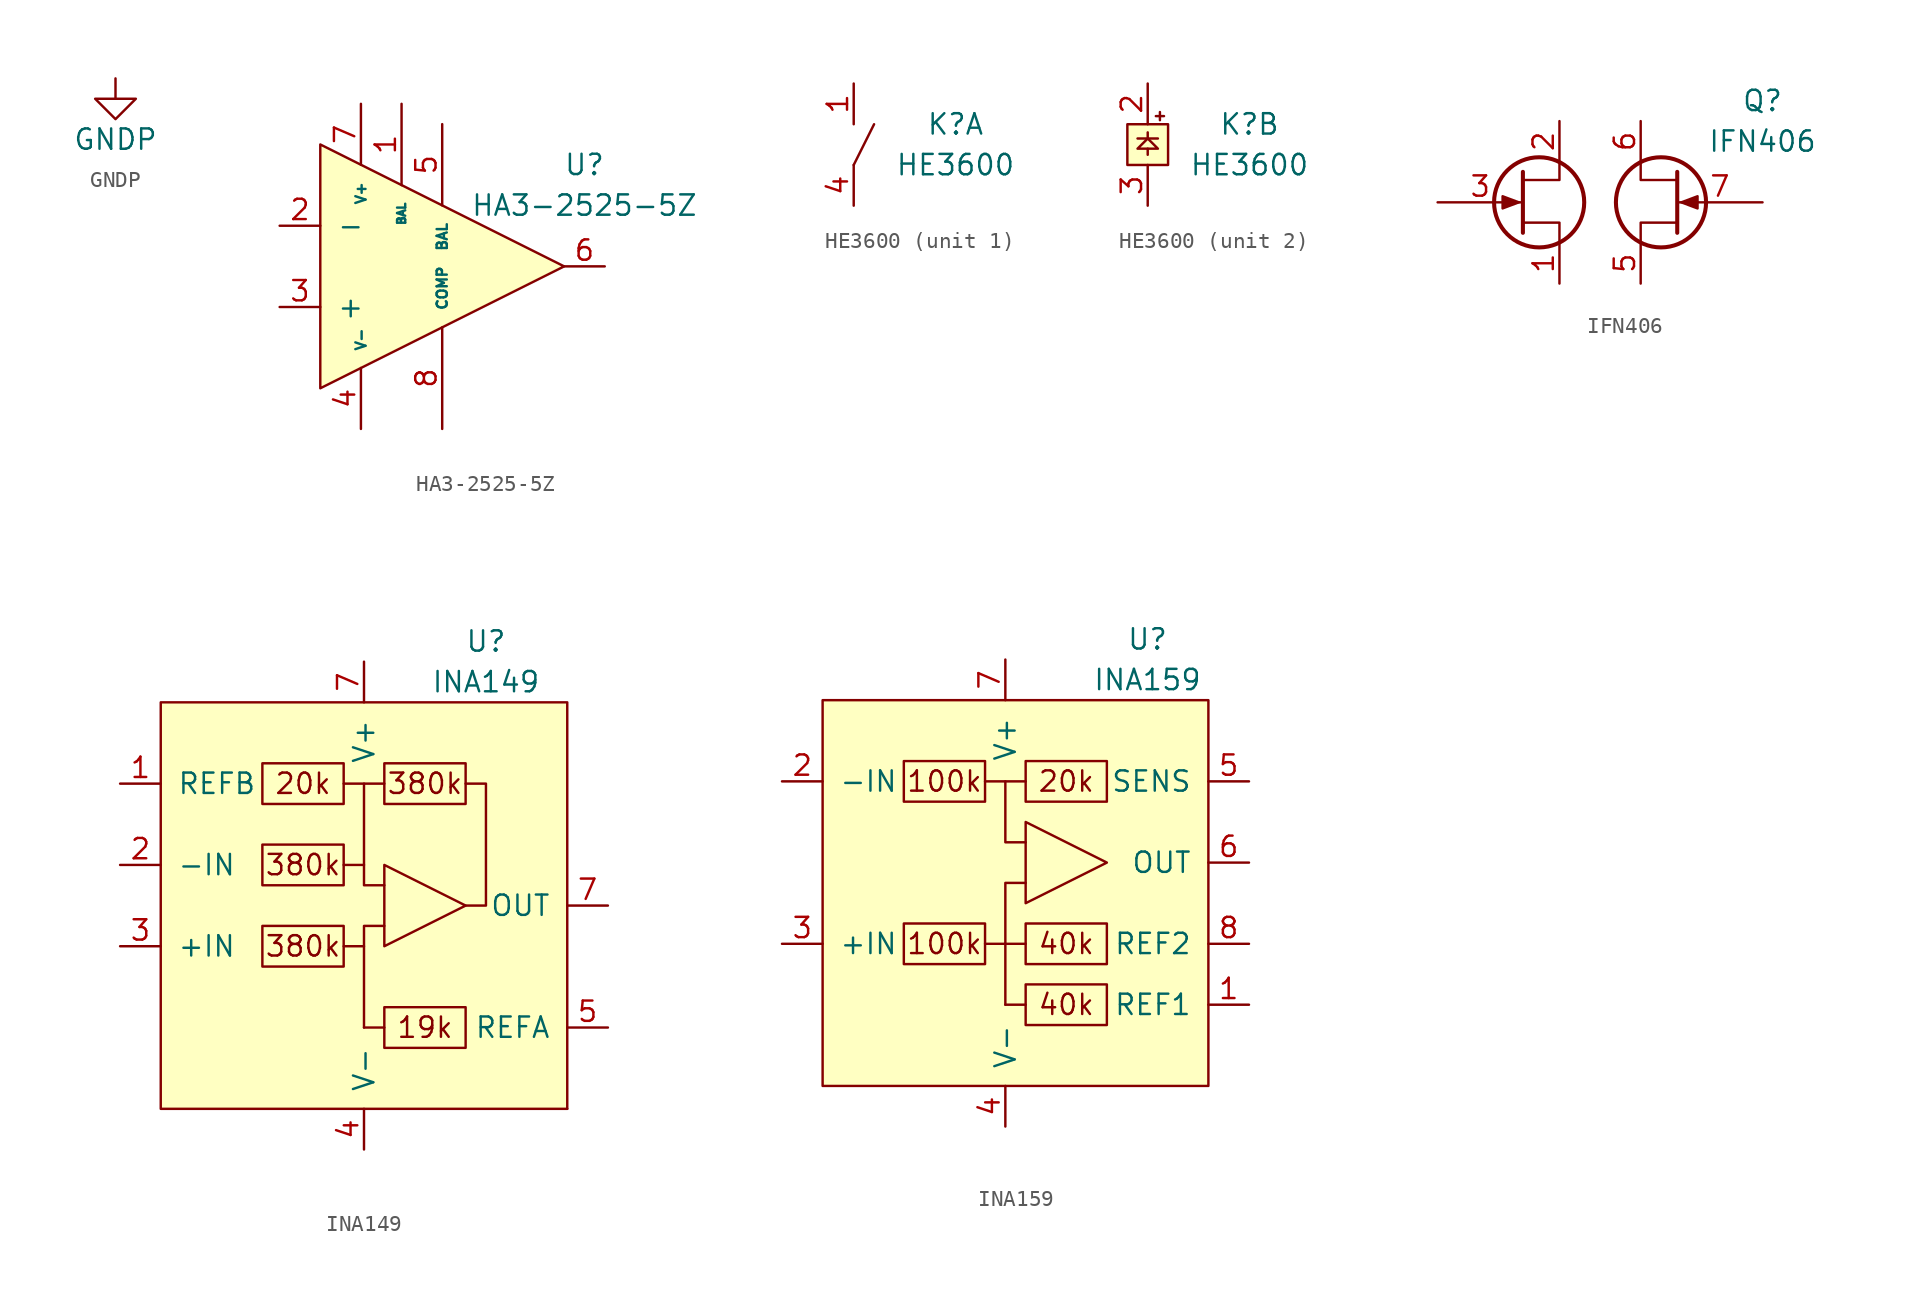
<source format=kicad_sym>
(kicad_symbol_lib
  (version 20211014)
  (generator kicad_symbol_editor)
  (symbol "GNDP"
    (power)
    (pin_names
      (offset 0))
    (property "Reference" "#PWR"
      (at 0 -6.35 0)
      (effects (font (size 1.27 1.27)) hide))
    (property "Value" "GNDP"
      (at 0 -3.81 0)
      (effects (font (size 1.27 1.27))))
    (symbol "GNDP_0_1"
      (polyline (pts (xy 0 0) (xy 0 -1.27) (xy 1.27 -1.27) (xy 0 -2.54) (xy -1.27 -1.27) (xy 0 -1.27)) (stroke (width 0) (type default) (color 0 0 0 0)) (fill (type none))))
    (symbol "GNDP_1_1"
      (pin power_in line (at 0 0 270) (length 0) hide (name "GNDP" (effects (font (size 1.27 1.27)))) (number "1" (effects (font (size 1.27 1.27)))))))
  (symbol "HA3-2525-5Z"
    (pin_names
      (offset 1.016))
    (property "Reference" "U"
      (at 11.43 6.35 0)
      (effects (font (size 1.27 1.27))))
    (property "Value" "HA3-2525-5Z"
      (at 11.43 3.81 0)
      (effects (font (size 1.27 1.27))))
    (symbol "HA3-2525-5Z_1_1"
      (polyline (pts (xy -5.08 7.62) (xy -5.08 -7.62) (xy 10.16 0) (xy -5.08 7.62)) (stroke (width 0) (type default) (color 0 0 0 0)) (fill (type background)))
      (pin input line (at 0 10.16 270) (length 5.08) (name "BAL" (effects (font (size 0.508 0.508)))) (number "1" (effects (font (size 1.27 1.27)))))
      (pin input line (at -7.62 2.54 0) (length 2.54) (name "-" (effects (font (size 1.27 1.27)))) (number "2" (effects (font (size 1.27 1.27)))))
      (pin input line (at -7.62 -2.54 0) (length 2.54) (name "+" (effects (font (size 1.27 1.27)))) (number "3" (effects (font (size 1.27 1.27)))))
      (pin passive line (at -2.54 -10.16 90) (length 3.81) (name "V-" (effects (font (size 0.635 0.635)))) (number "4" (effects (font (size 1.27 1.27)))))
      (pin input line (at 2.54 8.89 270) (length 5.08) (name "BAL" (effects (font (size 0.635 0.635)))) (number "5" (effects (font (size 1.27 1.27)))))
      (pin output line (at 12.7 0 180) (length 2.54) (name "~" (effects (font (size 1.27 1.27)))) (number "6" (effects (font (size 1.27 1.27)))))
      (pin passive line (at -2.54 10.16 270) (length 3.81) (name "V+" (effects (font (size 0.635 0.635)))) (number "7" (effects (font (size 1.27 1.27)))))
      (pin input line (at 2.54 -10.16 90) (length 6.35) (name "COMP" (effects (font (size 0.635 0.635)))) (number "8" (effects (font (size 1.27 1.27)))))))
  (symbol "HE3600"
    (pin_names
      (offset 1.016))
    (property "Reference" "K"
      (at 6.35 1.27 0)
      (effects (font (size 1.27 1.27))))
    (property "Value" "HE3600"
      (at 6.35 -1.27 0)
      (effects (font (size 1.27 1.27))))
    (symbol "HE3600_1_1"
      (polyline (pts (xy 0 -1.27) (xy 1.27 1.27)) (stroke (width 0) (type default) (color 0 0 0 0)) (fill (type none)))
      (pin passive line (at 0 3.81 270) (length 2.54) (name "~" (effects (font (size 1.27 1.27)))) (number "1" (effects (font (size 1.27 1.27)))))
      (pin passive line (at 0 -3.81 90) (length 2.54) (name "~" (effects (font (size 1.27 1.27)))) (number "4" (effects (font (size 1.27 1.27))))))
    (symbol "HE3600_2_1"
      (polyline (pts (xy 0 -0.254) (xy 0 -0.635)) (stroke (width 0) (type default) (color 0 0 0 0)) (fill (type none)))
      (polyline (pts (xy 0 0.381) (xy 0 0.762)) (stroke (width 0) (type default) (color 0 0 0 0)) (fill (type none)))
      (polyline (pts (xy 0.508 1.778) (xy 1.016 1.778)) (stroke (width 0) (type default) (color 0 0 0 0)) (fill (type none)))
      (polyline (pts (xy 0.635 0.381) (xy -0.635 0.381)) (stroke (width 0) (type default) (color 0 0 0 0)) (fill (type none)))
      (polyline (pts (xy 0.762 2.032) (xy 0.762 1.524)) (stroke (width 0) (type default) (color 0 0 0 0)) (fill (type none)))
      (polyline (pts (xy 0.635 -0.254) (xy -0.635 -0.254) (xy 0 0.381) (xy 0.635 -0.254)) (stroke (width 0) (type default) (color 0 0 0 0)) (fill (type none)))
      (rectangle (start 1.27 1.27) (end -1.27 -1.27) (stroke (width 0) (type default) (color 0 0 0 0)) (fill (type background)))
      (pin passive line (at 0 3.81 270) (length 2.54) (name "~" (effects (font (size 1.27 1.27)))) (number "2" (effects (font (size 1.27 1.27)))))
      (pin passive line (at 0 -3.81 90) (length 2.54) (name "~" (effects (font (size 1.27 1.27)))) (number "3" (effects (font (size 1.27 1.27)))))))
  (symbol "IFN406"
    (pin_names
      (offset 1.016))
    (property "Reference" "Q"
      (at 10.16 6.35 0)
      (effects (font (size 1.27 1.27))))
    (property "Value" "IFN406"
      (at 10.16 3.81 0)
      (effects (font (size 1.27 1.27))))
    (symbol "IFN406_1_1"
      (circle (center -3.81 0) (radius 2.819) (stroke (width 0.254) (type default) (color 0 0 0 0)) (fill (type none)))
      (polyline (pts (xy -4.826 1.905) (xy -4.826 -1.905) (xy -4.826 -1.905)) (stroke (width 0.254) (type default) (color 0 0 0 0)) (fill (type none)))
      (polyline (pts (xy -2.54 -2.54) (xy -2.54 -1.27) (xy -4.826 -1.27)) (stroke (width 0) (type default) (color 0 0 0 0)) (fill (type none)))
      (polyline (pts (xy -2.54 2.54) (xy -2.54 1.397) (xy -4.826 1.397)) (stroke (width 0) (type default) (color 0 0 0 0)) (fill (type none)))
      (polyline (pts (xy 2.54 -2.54) (xy 2.54 -1.27) (xy 4.826 -1.27)) (stroke (width 0) (type default) (color 0 0 0 0)) (fill (type none)))
      (polyline (pts (xy 2.54 2.54) (xy 2.54 1.397) (xy 4.826 1.397)) (stroke (width 0) (type default) (color 0 0 0 0)) (fill (type none)))
      (polyline (pts (xy 4.826 1.905) (xy 4.826 -1.905) (xy 4.826 -1.905)) (stroke (width 0.254) (type default) (color 0 0 0 0)) (fill (type none)))
      (polyline (pts (xy -5.08 0) (xy -6.096 0.381) (xy -6.096 -0.381) (xy -5.08 0)) (stroke (width 0) (type default) (color 0 0 0 0)) (fill (type outline)))
      (polyline (pts (xy 5.08 0) (xy 6.096 0.381) (xy 6.096 -0.381) (xy 5.08 0)) (stroke (width 0) (type default) (color 0 0 0 0)) (fill (type outline)))
      (circle (center 3.81 0) (radius 2.819) (stroke (width 0.254) (type default) (color 0 0 0 0)) (fill (type none)))
      (pin passive line (at -2.54 -5.08 90) (length 2.54) (name "~" (effects (font (size 1.27 1.27)))) (number "1" (effects (font (size 1.27 1.27)))))
      (pin passive line (at -2.54 5.08 270) (length 2.54) (name "~" (effects (font (size 1.27 1.27)))) (number "2" (effects (font (size 1.27 1.27)))))
      (pin input line (at -10.16 0 0) (length 5.334) (name "~" (effects (font (size 1.27 1.27)))) (number "3" (effects (font (size 1.27 1.27)))))
      (pin passive line (at 2.54 -5.08 90) (length 2.54) (name "~" (effects (font (size 1.27 1.27)))) (number "5" (effects (font (size 1.27 1.27)))))
      (pin passive line (at 2.54 5.08 270) (length 2.54) (name "~" (effects (font (size 1.27 1.27)))) (number "6" (effects (font (size 1.27 1.27)))))
      (pin input line (at 10.16 0 180) (length 5.334) (name "~" (effects (font (size 1.27 1.27)))) (number "7" (effects (font (size 1.27 1.27)))))))
  (symbol "INA149"
    (pin_names
      (offset 1.016))
    (property "Reference" "U"
      (at 7.62 16.51 0)
      (effects (font (size 1.27 1.27))))
    (property "Value" "INA149"
      (at 7.62 13.97 0)
      (effects (font (size 1.27 1.27))))
    (symbol "INA149_0_0"
      (polyline (pts (xy -1.27 7.62) (xy 0 7.62) (xy 0 2.54)) (stroke (width 0) (type default) (color 0 0 0 0)) (fill (type none)))
      (polyline (pts (xy 1.27 -1.27) (xy 0 -1.27) (xy 0 -2.54) (xy -1.27 -2.54)) (stroke (width 0) (type default) (color 0 0 0 0)) (fill (type none)))
      (polyline (pts (xy 1.27 1.27) (xy 0 1.27) (xy 0 2.54) (xy -1.27 2.54)) (stroke (width 0) (type default) (color 0 0 0 0)) (fill (type none)))
      (text "19k" (at 3.81 -7.62 0) (effects (font (size 1.27 1.27))))
      (text "380k" (at -3.81 -2.54 0) (effects (font (size 1.27 1.27))))
      (text "380k" (at -3.81 2.54 0) (effects (font (size 1.27 1.27))))
      (text "380k" (at 3.81 7.62 0) (effects (font (size 1.27 1.27)))))
    (symbol "INA149_0_1"
      (polyline (pts (xy 1.27 7.62) (xy 0 7.62)) (stroke (width 0) (type default) (color 0 0 0 0)) (fill (type none)))
      (polyline (pts (xy 1.27 2.54) (xy 1.27 -2.54) (xy 6.35 0) (xy 1.27 2.54)) (stroke (width 0) (type default) (color 0 0 0 0)) (fill (type none)))
      (rectangle (start 1.27 8.89) (end 6.35 6.35) (stroke (width 0) (type default) (color 0 0 0 0)) (fill (type none))))
    (symbol "INA149_1_1"
      (rectangle (start -12.7 12.7) (end 12.7 -12.7) (stroke (width 0) (type default) (color 0 0 0 0)) (fill (type background)))
      (rectangle (start -6.35 -1.27) (end -1.27 -3.81) (stroke (width 0) (type default) (color 0 0 0 0)) (fill (type none)))
      (rectangle (start -6.35 3.81) (end -1.27 1.27) (stroke (width 0) (type default) (color 0 0 0 0)) (fill (type none)))
      (rectangle (start -6.35 8.89) (end -1.27 6.35) (stroke (width 0) (type default) (color 0 0 0 0)) (fill (type none)))
      (polyline (pts (xy 0 -7.62) (xy 0 -2.54)) (stroke (width 0) (type default) (color 0 0 0 0)) (fill (type none)))
      (polyline (pts (xy 1.27 -7.62) (xy 0 -7.62)) (stroke (width 0) (type default) (color 0 0 0 0)) (fill (type none)))
      (polyline (pts (xy 6.35 7.62) (xy 7.62 7.62) (xy 7.62 0) (xy 6.35 0)) (stroke (width 0) (type default) (color 0 0 0 0)) (fill (type none)))
      (rectangle (start 1.27 -6.35) (end 6.35 -8.89) (stroke (width 0) (type default) (color 0 0 0 0)) (fill (type none)))
      (rectangle (start 12.7 -12.7) (end 12.7 -12.7) (stroke (width 0) (type default) (color 0 0 0 0)) (fill (type none)))
      (text "20k" (at -3.81 7.62 0) (effects (font (size 1.27 1.27))))
      (pin input line (at -15.24 7.62 0) (length 2.54) (name "REFB" (effects (font (size 1.27 1.27)))) (number "1" (effects (font (size 1.27 1.27)))))
      (pin input line (at -15.24 2.54 0) (length 2.54) (name "-IN" (effects (font (size 1.27 1.27)))) (number "2" (effects (font (size 1.27 1.27)))))
      (pin input line (at -15.24 -2.54 0) (length 2.54) (name "+IN" (effects (font (size 1.27 1.27)))) (number "3" (effects (font (size 1.27 1.27)))))
      (pin passive line (at 0 -15.24 90) (length 2.54) (name "V-" (effects (font (size 1.27 1.27)))) (number "4" (effects (font (size 1.27 1.27)))))
      (pin input line (at 15.24 -7.62 180) (length 2.54) (name "REFA" (effects (font (size 1.27 1.27)))) (number "5" (effects (font (size 1.27 1.27)))))
      (pin output line (at 15.24 0 180) (length 2.54) (name "OUT" (effects (font (size 1.27 1.27)))) (number "7" (effects (font (size 1.27 1.27)))))
      (pin passive line (at 0 15.24 270) (length 2.54) (name "V+" (effects (font (size 1.27 1.27)))) (number "7" (effects (font (size 1.27 1.27)))))
      (pin input non_logic (at 12.7 7.62 180) (length 0) hide (name "NC" (effects (font (size 1.27 1.27)))) (number "8" (effects (font (size 1.27 1.27)))))))
  (symbol "INA159"
    (pin_names
      (offset 1.016))
    (property "Reference" "U"
      (at 8.89 16.51 0)
      (effects (font (size 1.27 1.27))))
    (property "Value" "INA159"
      (at 8.89 13.97 0)
      (effects (font (size 1.27 1.27))))
    (symbol "INA159_0_0"
      (text "100k" (at -3.81 -2.54 0) (effects (font (size 1.27 1.27))))
      (text "100k" (at -3.81 7.62 0) (effects (font (size 1.27 1.27))))
      (text "20k" (at 3.81 7.62 0) (effects (font (size 1.27 1.27))))
      (text "40k" (at 3.81 -6.35 0) (effects (font (size 1.27 1.27))))
      (text "40k" (at 3.81 -2.54 0) (effects (font (size 1.27 1.27)))))
    (symbol "INA159_0_1"
      (rectangle (start -11.43 12.7) (end 12.7 -11.43) (stroke (width 0) (type default) (color 0 0 0 0)) (fill (type background)))
      (polyline (pts (xy -1.27 -2.54) (xy 0 -2.54)) (stroke (width 0) (type default) (color 0 0 0 0)) (fill (type none)))
      (polyline (pts (xy 0 -6.35) (xy 0 -2.54)) (stroke (width 0) (type default) (color 0 0 0 0)) (fill (type none)))
      (polyline (pts (xy 1.27 7.62) (xy 0 7.62)) (stroke (width 0) (type default) (color 0 0 0 0)) (fill (type none)))
      (polyline (pts (xy 0 -2.54) (xy 0 1.27) (xy 1.27 1.27)) (stroke (width 0) (type default) (color 0 0 0 0)) (fill (type none)))
      (polyline (pts (xy 1.27 3.81) (xy 0 3.81) (xy 0 7.62) (xy -1.27 7.62)) (stroke (width 0) (type default) (color 0 0 0 0)) (fill (type none)))
      (polyline (pts (xy 1.27 5.08) (xy 1.27 0) (xy 6.35 2.54) (xy 1.27 5.08)) (stroke (width 0) (type default) (color 0 0 0 0)) (fill (type none)))
      (rectangle (start 1.27 8.89) (end 6.35 6.35) (stroke (width 0) (type default) (color 0 0 0 0)) (fill (type none))))
    (symbol "INA159_1_1"
      (rectangle (start -6.35 -1.27) (end -1.27 -3.81) (stroke (width 0) (type default) (color 0 0 0 0)) (fill (type none)))
      (rectangle (start -6.35 8.89) (end -1.27 6.35) (stroke (width 0) (type default) (color 0 0 0 0)) (fill (type none)))
      (polyline (pts (xy 1.27 -6.35) (xy 0 -6.35)) (stroke (width 0) (type default) (color 0 0 0 0)) (fill (type none)))
      (polyline (pts (xy 1.27 -2.54) (xy 0 -2.54)) (stroke (width 0) (type default) (color 0 0 0 0)) (fill (type none)))
      (rectangle (start 1.27 -5.08) (end 6.35 -7.62) (stroke (width 0) (type default) (color 0 0 0 0)) (fill (type none)))
      (rectangle (start 1.27 -1.27) (end 6.35 -3.81) (stroke (width 0) (type default) (color 0 0 0 0)) (fill (type none)))
      (pin input line (at 15.24 -6.35 180) (length 2.54) (name "REF1" (effects (font (size 1.27 1.27)))) (number "1" (effects (font (size 1.27 1.27)))))
      (pin input line (at -13.97 7.62 0) (length 2.54) (name "-IN" (effects (font (size 1.27 1.27)))) (number "2" (effects (font (size 1.27 1.27)))))
      (pin input line (at -13.97 -2.54 0) (length 2.54) (name "+IN" (effects (font (size 1.27 1.27)))) (number "3" (effects (font (size 1.27 1.27)))))
      (pin passive line (at 0 -13.97 90) (length 2.54) (name "V-" (effects (font (size 1.27 1.27)))) (number "4" (effects (font (size 1.27 1.27)))))
      (pin input line (at 15.24 7.62 180) (length 2.54) (name "SENS" (effects (font (size 1.27 1.27)))) (number "5" (effects (font (size 1.27 1.27)))))
      (pin output line (at 15.24 2.54 180) (length 2.54) (name "OUT" (effects (font (size 1.27 1.27)))) (number "6" (effects (font (size 1.27 1.27)))))
      (pin passive line (at 0 15.24 270) (length 2.54) (name "V+" (effects (font (size 1.27 1.27)))) (number "7" (effects (font (size 1.27 1.27)))))
      (pin input line (at 15.24 -2.54 180) (length 2.54) (name "REF2" (effects (font (size 1.27 1.27)))) (number "8" (effects (font (size 1.27 1.27))))))))
</source>
